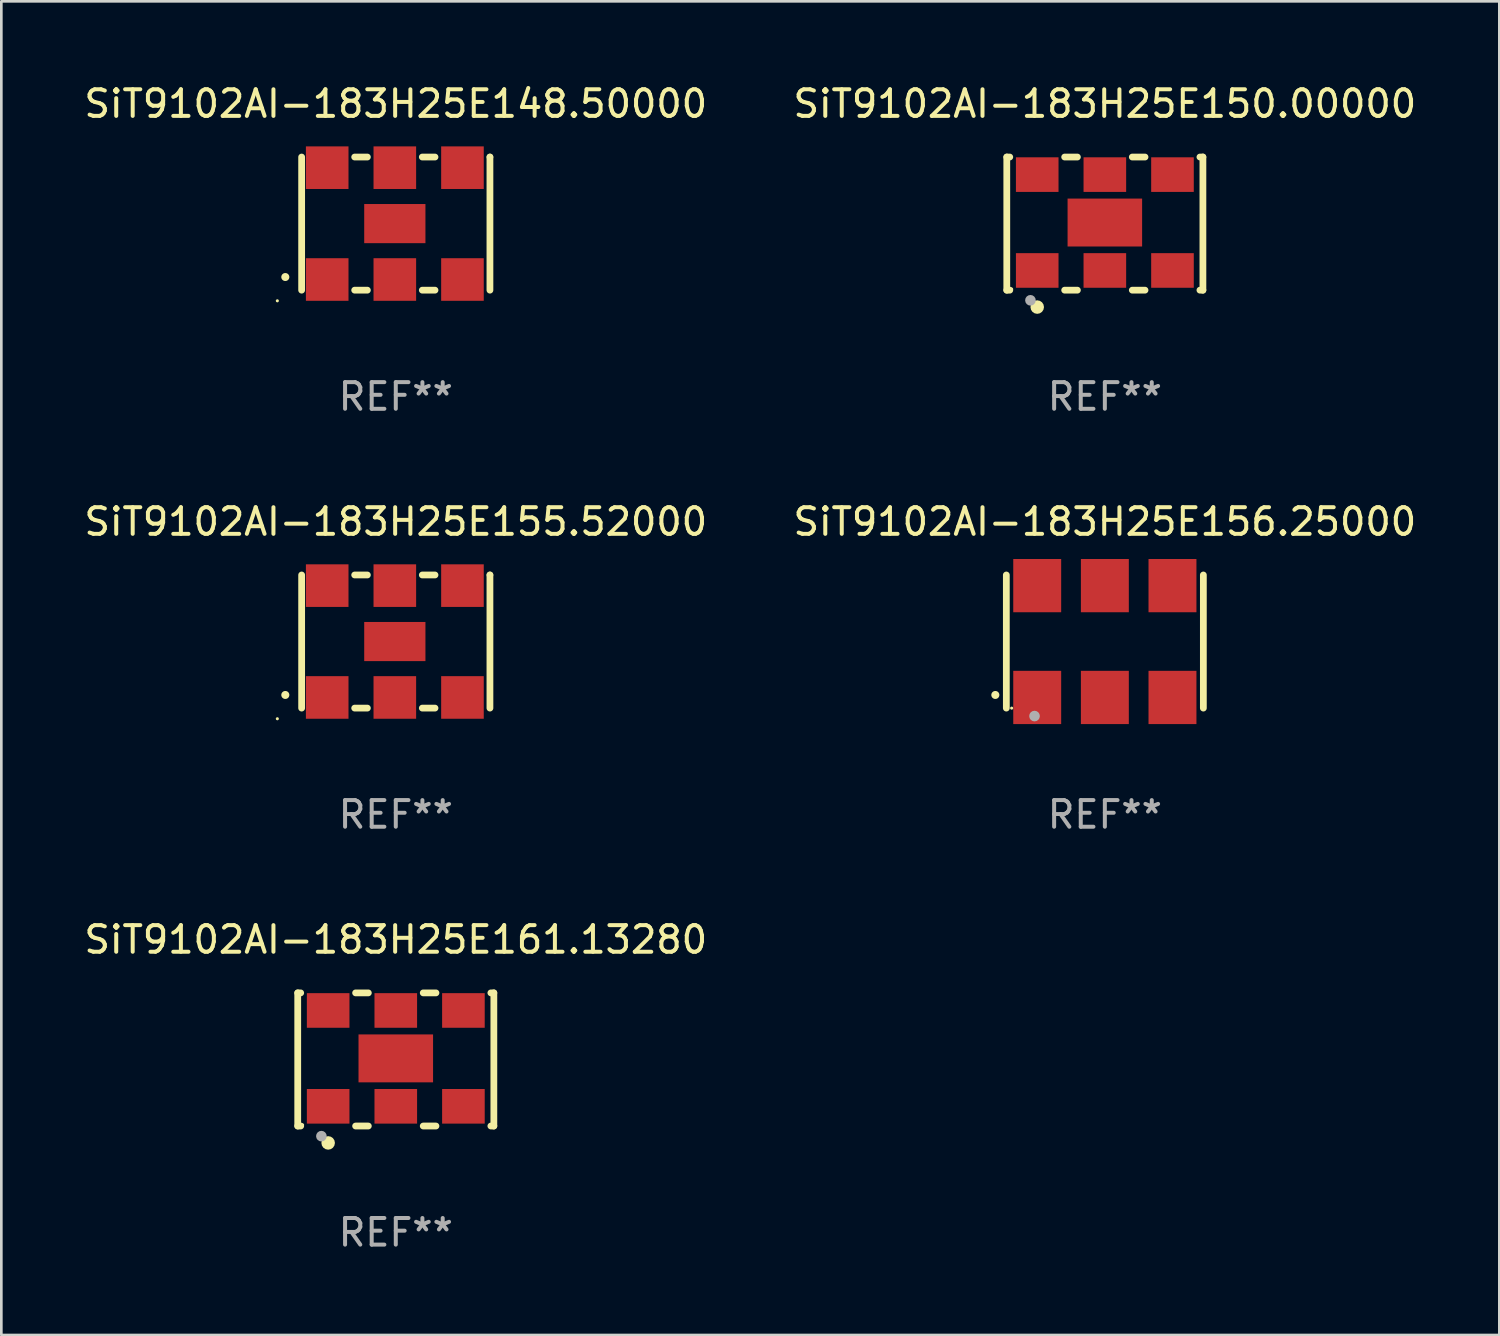
<source format=kicad_pcb>
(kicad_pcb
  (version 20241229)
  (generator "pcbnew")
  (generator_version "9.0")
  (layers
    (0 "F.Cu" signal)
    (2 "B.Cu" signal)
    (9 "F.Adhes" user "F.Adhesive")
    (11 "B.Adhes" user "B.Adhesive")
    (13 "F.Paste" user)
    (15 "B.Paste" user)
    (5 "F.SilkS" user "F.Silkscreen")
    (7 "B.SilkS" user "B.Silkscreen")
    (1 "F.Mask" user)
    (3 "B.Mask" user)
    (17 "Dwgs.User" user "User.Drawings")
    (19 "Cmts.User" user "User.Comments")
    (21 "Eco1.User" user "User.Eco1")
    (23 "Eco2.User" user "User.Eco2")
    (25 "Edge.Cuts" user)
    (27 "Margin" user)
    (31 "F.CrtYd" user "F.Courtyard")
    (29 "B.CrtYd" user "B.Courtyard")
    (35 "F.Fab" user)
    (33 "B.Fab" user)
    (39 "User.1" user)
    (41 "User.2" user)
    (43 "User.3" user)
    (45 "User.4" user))
  (footprint "SiT9102AI-183H25E150.00000"
    (layer "F.Cu")
    (at 38.446 5.348)
    (property "Reference" "SiT9102AI-183H25E150.00000" (at 0 -4.5 0) (layer "F.SilkS") (effects (font (size 1 1) (thickness 0.15))))
    (attr through_hole)
    (fp_line (start -3.683 -2.5) (end -3.571 -2.5) (stroke (width 0.254) (type solid)) (layer "F.SilkS"))
    (fp_line (start -3.683 2.5) (end -3.683 -2.5) (stroke (width 0.254) (type solid)) (layer "F.SilkS"))
    (fp_line (start -3.683 2.5) (end -3.571 2.5) (stroke (width 0.254) (type solid)) (layer "F.SilkS"))
    (fp_line (start -1.509 -2.5) (end -1.031 -2.5) (stroke (width 0.254) (type solid)) (layer "F.SilkS"))
    (fp_line (start -1.509 2.5) (end -1.031 2.5) (stroke (width 0.254) (type solid)) (layer "F.SilkS"))
    (fp_line (start 1.031 -2.5) (end 1.509 -2.5) (stroke (width 0.254) (type solid)) (layer "F.SilkS"))
    (fp_line (start 1.031 2.5) (end 1.509 2.5) (stroke (width 0.254) (type solid)) (layer "F.SilkS"))
    (fp_line (start 3.571 -2.5) (end 3.683 -2.5) (stroke (width 0.254) (type solid)) (layer "F.SilkS"))
    (fp_line (start 3.571 2.5) (end 3.683 2.5) (stroke (width 0.254) (type solid)) (layer "F.SilkS"))
    (fp_line (start 3.683 2.5) (end 3.683 -2.5) (stroke (width 0.254) (type solid)) (layer "F.SilkS"))
    (fp_circle (center -3.5 2.46) (end -3.47 2.46) (stroke (width 0.06) (type solid)) (fill no) (layer "F.SilkS"))
    (fp_circle (center -2.54 3.135) (end -2.413 3.135) (stroke (width 0.254) (type solid)) (fill no) (layer "F.SilkS"))
    (fp_circle (center -2.794 2.881) (end -2.694 2.881) (stroke (width 0.2) (type solid)) (fill no) (layer "F.Fab"))
    (fp_text user "REF**" (at 0 6.5 0) (layer "F.Fab") (effects (font (size 1 1) (thickness 0.15))))
    (pad "1" smd rect (at -2.54 1.76) (size 1.6 1.3) (layers "F.Cu" "F.Mask" "F.Paste"))
    (pad "2" smd rect (at 0 1.76) (size 1.6 1.3) (layers "F.Cu" "F.Mask" "F.Paste"))
    (pad "3" smd rect (at 2.54 1.76) (size 1.6 1.3) (layers "F.Cu" "F.Mask" "F.Paste"))
    (pad "4" smd rect (at 2.54 -1.84) (size 1.6 1.3) (layers "F.Cu" "F.Mask" "F.Paste"))
    (pad "5" smd rect (at 0 -1.84) (size 1.6 1.3) (layers "F.Cu" "F.Mask" "F.Paste"))
    (pad "6" smd rect (at -2.54 -1.84) (size 1.6 1.3) (layers "F.Cu" "F.Mask" "F.Paste"))
    (pad "7" smd rect (at 0 -0.04) (size 2.8 1.8) (layers "F.Cu" "F.Mask" "F.Paste")))
  (footprint "SiT9102AI-183H25E155.52000"
    (layer "F.Cu")
    (at 11.815 21.045)
    (property "Reference" "SiT9102AI-183H25E155.52000" (at 0 -4.5 0) (layer "F.SilkS") (effects (font (size 1 1) (thickness 0.15))))
    (attr through_hole)
    (fp_line (start -3.536 -2.5) (end -3.536 2.5) (stroke (width 0.254) (type solid)) (layer "F.SilkS"))
    (fp_line (start -1.544 2.5) (end -1.067 2.5) (stroke (width 0.254) (type solid)) (layer "F.SilkS"))
    (fp_line (start -1.067 -2.5) (end -1.544 -2.5) (stroke (width 0.254) (type solid)) (layer "F.SilkS"))
    (fp_line (start 0.996 2.5) (end 1.473 2.5) (stroke (width 0.254) (type solid)) (layer "F.SilkS"))
    (fp_line (start 1.473 -2.5) (end 0.996 -2.5) (stroke (width 0.254) (type solid)) (layer "F.SilkS"))
    (fp_line (start 3.536 -2.5) (end 3.536 -2.5) (stroke (width 0.254) (type solid)) (layer "F.SilkS"))
    (fp_line (start 3.536 2.5) (end 3.536 -2.5) (stroke (width 0.254) (type solid)) (layer "F.SilkS"))
    (fp_arc (start -4.150432 2.006604) (mid -4.149162 2.006599) (end -4.147892 2.006604) (stroke (width 0.3) (type solid)) (layer "F.SilkS"))
    (fp_circle (center -4.449 2.9) (end -4.419 2.9) (stroke (width 0.06) (type solid)) (fill no) (layer "F.SilkS"))
    (fp_text user "REF**" (at 0 6.5 0) (layer "F.Fab") (effects (font (size 1 1) (thickness 0.15))))
    (pad "1" smd rect (at -2.576 2.1) (size 1.6 1.6) (layers "F.Cu" "F.Mask" "F.Paste"))
    (pad "2" smd rect (at -0.036 2.1) (size 1.6 1.6) (layers "F.Cu" "F.Mask" "F.Paste"))
    (pad "3" smd rect (at 2.504 2.1) (size 1.6 1.6) (layers "F.Cu" "F.Mask" "F.Paste"))
    (pad "4" smd rect (at 2.504 -2.1) (size 1.6 1.6) (layers "F.Cu" "F.Mask" "F.Paste"))
    (pad "5" smd rect (at -0.036 -2.1) (size 1.6 1.6) (layers "F.Cu" "F.Mask" "F.Paste"))
    (pad "6" smd rect (at -2.576 -2.1) (size 1.6 1.6) (layers "F.Cu" "F.Mask" "F.Paste"))
    (pad "7" smd rect (at -0.036 0) (size 2.3 1.47) (layers "F.Cu" "F.Mask" "F.Paste")))
  (footprint "SiT9102AI-183H25E156.25000"
    (layer "F.Cu")
    (at 38.446 21.045)
    (property "Reference" "SiT9102AI-183H25E156.25000" (at 0 -4.5 0) (layer "F.SilkS") (effects (font (size 1 1) (thickness 0.15))))
    (attr through_hole)
    (fp_line (start -3.7 -2.5) (end -3.7 2.5) (stroke (width 0.254) (type solid)) (layer "F.SilkS"))
    (fp_line (start 3.7 -2.5) (end 3.7 2.5) (stroke (width 0.254) (type solid)) (layer "F.SilkS"))
    (fp_arc (start -4.114415 2.006604) (mid -4.113145 2.006599) (end -4.111875 2.006604) (stroke (width 0.3) (type solid)) (layer "F.SilkS"))
    (fp_circle (center -3.5 2.501) (end -3.47 2.501) (stroke (width 0.06) (type solid)) (fill no) (layer "F.SilkS"))
    (fp_circle (center -2.641 2.799) (end -2.541 2.799) (stroke (width 0.2) (type solid)) (fill no) (layer "F.Fab"))
    (fp_text user "REF**" (at 0 6.5 0) (layer "F.Fab") (effects (font (size 1 1) (thickness 0.15))))
    (pad "1" smd rect (at -2.54 2.1) (size 1.8 2) (layers "F.Cu" "F.Mask" "F.Paste"))
    (pad "2" smd rect (at 0.000394 2.1) (size 1.8 2) (layers "F.Cu" "F.Mask" "F.Paste"))
    (pad "3" smd rect (at 2.54 2.1) (size 1.8 2) (layers "F.Cu" "F.Mask" "F.Paste"))
    (pad "4" smd rect (at 2.54 -2.1) (size 1.8 2) (layers "F.Cu" "F.Mask" "F.Paste"))
    (pad "5" smd rect (at 0.000394 -2.1) (size 1.8 2) (layers "F.Cu" "F.Mask" "F.Paste"))
    (pad "6" smd rect (at -2.54 -2.1) (size 1.8 2) (layers "F.Cu" "F.Mask" "F.Paste")))
  (footprint "SiT9102AI-183H25E148.50000"
    (layer "F.Cu")
    (at 11.815 5.348)
    (property "Reference" "SiT9102AI-183H25E148.50000" (at 0 -4.5 0) (layer "F.SilkS") (effects (font (size 1 1) (thickness 0.15))))
    (attr through_hole)
    (fp_line (start -3.536 -2.5) (end -3.536 2.5) (stroke (width 0.254) (type solid)) (layer "F.SilkS"))
    (fp_line (start -1.544 2.5) (end -1.067 2.5) (stroke (width 0.254) (type solid)) (layer "F.SilkS"))
    (fp_line (start -1.067 -2.5) (end -1.544 -2.5) (stroke (width 0.254) (type solid)) (layer "F.SilkS"))
    (fp_line (start 0.996 2.5) (end 1.473 2.5) (stroke (width 0.254) (type solid)) (layer "F.SilkS"))
    (fp_line (start 1.473 -2.5) (end 0.996 -2.5) (stroke (width 0.254) (type solid)) (layer "F.SilkS"))
    (fp_line (start 3.536 -2.5) (end 3.536 -2.5) (stroke (width 0.254) (type solid)) (layer "F.SilkS"))
    (fp_line (start 3.536 2.5) (end 3.536 -2.5) (stroke (width 0.254) (type solid)) (layer "F.SilkS"))
    (fp_arc (start -4.150432 2.006604) (mid -4.149162 2.006599) (end -4.147892 2.006604) (stroke (width 0.3) (type solid)) (layer "F.SilkS"))
    (fp_circle (center -4.449 2.9) (end -4.419 2.9) (stroke (width 0.06) (type solid)) (fill no) (layer "F.SilkS"))
    (fp_text user "REF**" (at 0 6.5 0) (layer "F.Fab") (effects (font (size 1 1) (thickness 0.15))))
    (pad "1" smd rect (at -2.576 2.1) (size 1.6 1.6) (layers "F.Cu" "F.Mask" "F.Paste"))
    (pad "2" smd rect (at -0.036 2.1) (size 1.6 1.6) (layers "F.Cu" "F.Mask" "F.Paste"))
    (pad "3" smd rect (at 2.504 2.1) (size 1.6 1.6) (layers "F.Cu" "F.Mask" "F.Paste"))
    (pad "4" smd rect (at 2.504 -2.1) (size 1.6 1.6) (layers "F.Cu" "F.Mask" "F.Paste"))
    (pad "5" smd rect (at -0.036 -2.1) (size 1.6 1.6) (layers "F.Cu" "F.Mask" "F.Paste"))
    (pad "6" smd rect (at -2.576 -2.1) (size 1.6 1.6) (layers "F.Cu" "F.Mask" "F.Paste"))
    (pad "7" smd rect (at -0.036 0) (size 2.3 1.47) (layers "F.Cu" "F.Mask" "F.Paste")))
  (footprint "SiT9102AI-183H25E161.13280"
    (layer "F.Cu")
    (at 11.815 36.741)
    (property "Reference" "SiT9102AI-183H25E161.13280" (at 0 -4.5 0) (layer "F.SilkS") (effects (font (size 1 1) (thickness 0.15))))
    (attr through_hole)
    (fp_line (start -3.683 -2.5) (end -3.571 -2.5) (stroke (width 0.254) (type solid)) (layer "F.SilkS"))
    (fp_line (start -3.683 2.5) (end -3.683 -2.5) (stroke (width 0.254) (type solid)) (layer "F.SilkS"))
    (fp_line (start -3.683 2.5) (end -3.571 2.5) (stroke (width 0.254) (type solid)) (layer "F.SilkS"))
    (fp_line (start -1.509 -2.5) (end -1.031 -2.5) (stroke (width 0.254) (type solid)) (layer "F.SilkS"))
    (fp_line (start -1.509 2.5) (end -1.031 2.5) (stroke (width 0.254) (type solid)) (layer "F.SilkS"))
    (fp_line (start 1.031 -2.5) (end 1.509 -2.5) (stroke (width 0.254) (type solid)) (layer "F.SilkS"))
    (fp_line (start 1.031 2.5) (end 1.509 2.5) (stroke (width 0.254) (type solid)) (layer "F.SilkS"))
    (fp_line (start 3.571 -2.5) (end 3.683 -2.5) (stroke (width 0.254) (type solid)) (layer "F.SilkS"))
    (fp_line (start 3.571 2.5) (end 3.683 2.5) (stroke (width 0.254) (type solid)) (layer "F.SilkS"))
    (fp_line (start 3.683 2.5) (end 3.683 -2.5) (stroke (width 0.254) (type solid)) (layer "F.SilkS"))
    (fp_circle (center -3.5 2.46) (end -3.47 2.46) (stroke (width 0.06) (type solid)) (fill no) (layer "F.SilkS"))
    (fp_circle (center -2.54 3.135) (end -2.413 3.135) (stroke (width 0.254) (type solid)) (fill no) (layer "F.SilkS"))
    (fp_circle (center -2.794 2.881) (end -2.694 2.881) (stroke (width 0.2) (type solid)) (fill no) (layer "F.Fab"))
    (fp_text user "REF**" (at 0 6.5 0) (layer "F.Fab") (effects (font (size 1 1) (thickness 0.15))))
    (pad "1" smd rect (at -2.54 1.76) (size 1.6 1.3) (layers "F.Cu" "F.Mask" "F.Paste"))
    (pad "2" smd rect (at 0 1.76) (size 1.6 1.3) (layers "F.Cu" "F.Mask" "F.Paste"))
    (pad "3" smd rect (at 2.54 1.76) (size 1.6 1.3) (layers "F.Cu" "F.Mask" "F.Paste"))
    (pad "4" smd rect (at 2.54 -1.84) (size 1.6 1.3) (layers "F.Cu" "F.Mask" "F.Paste"))
    (pad "5" smd rect (at 0 -1.84) (size 1.6 1.3) (layers "F.Cu" "F.Mask" "F.Paste"))
    (pad "6" smd rect (at -2.54 -1.84) (size 1.6 1.3) (layers "F.Cu" "F.Mask" "F.Paste"))
    (pad "7" smd rect (at 0 -0.04) (size 2.8 1.8) (layers "F.Cu" "F.Mask" "F.Paste")))
  (gr_rect
    (start -3 -3)
    (end 53.262 47.09)
    (stroke (width 0.1) (type default))
    (fill no)
    (layer "Edge.Cuts")))
</source>
